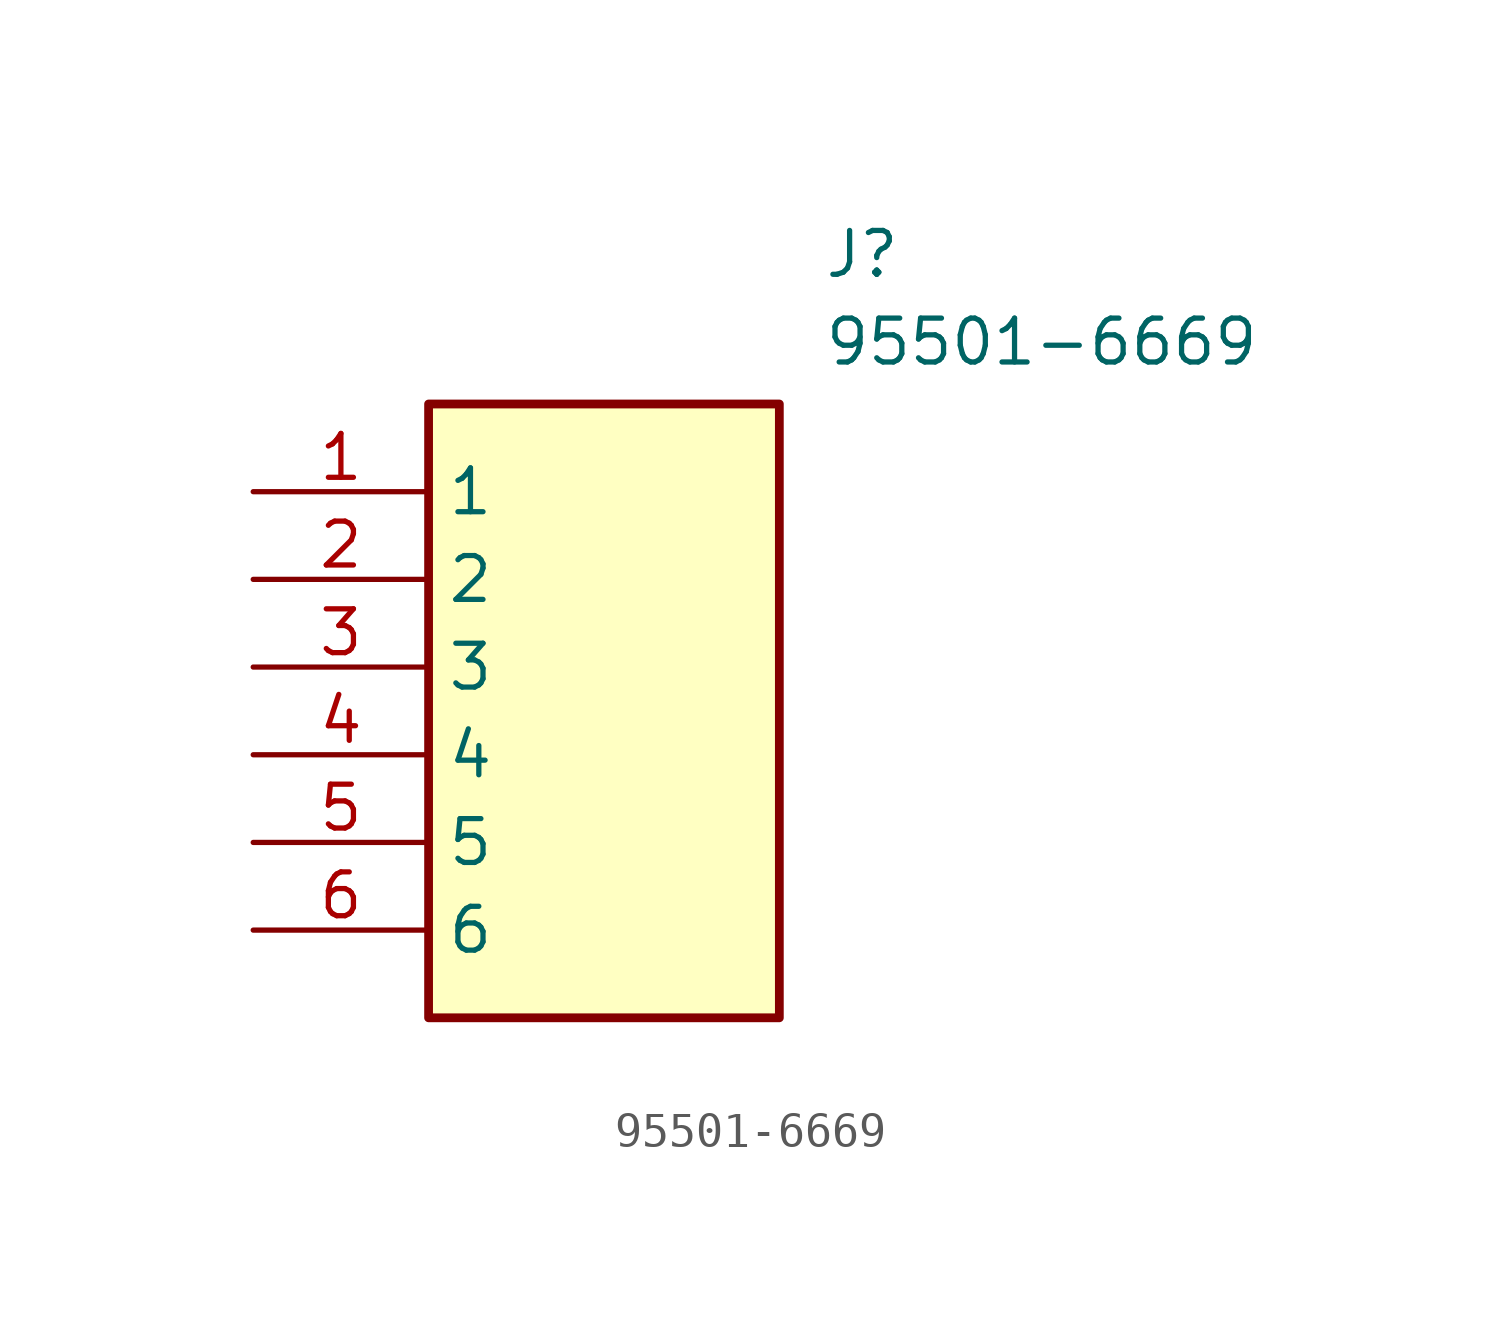
<source format=kicad_sym>
(kicad_symbol_lib
  (version 20211014)
  (generator SamacSys_ECAD_Model)
  (symbol "95501-6669"
    (property "Reference" "J"
      (at 16.51 7.62 0)
      (effects (font (size 1.27 1.27)) (justify left top)))
    (property "Value" "95501-6669"
      (at 16.51 5.08 0)
      (effects (font (size 1.27 1.27)) (justify left top)))
    (rectangle
      (start 5.08 2.54)
      (end 15.24 -15.24)
      (stroke (width 0.254) (type default))
      (fill (type background)))
    (pin passive line
      (at 0 0 0)
      (length 5.08)
      (name "1" (effects (font (size 1.27 1.27))))
      (number "1" (effects (font (size 1.27 1.27)))))
    (pin passive line
      (at 0 -2.54 0)
      (length 5.08)
      (name "2" (effects (font (size 1.27 1.27))))
      (number "2" (effects (font (size 1.27 1.27)))))
    (pin passive line
      (at 0 -5.08 0)
      (length 5.08)
      (name "3" (effects (font (size 1.27 1.27))))
      (number "3" (effects (font (size 1.27 1.27)))))
    (pin passive line
      (at 0 -7.62 0)
      (length 5.08)
      (name "4" (effects (font (size 1.27 1.27))))
      (number "4" (effects (font (size 1.27 1.27)))))
    (pin passive line
      (at 0 -10.16 0)
      (length 5.08)
      (name "5" (effects (font (size 1.27 1.27))))
      (number "5" (effects (font (size 1.27 1.27)))))
    (pin passive line
      (at 0 -12.7 0)
      (length 5.08)
      (name "6" (effects (font (size 1.27 1.27))))
      (number "6" (effects (font (size 1.27 1.27)))))))
</source>
